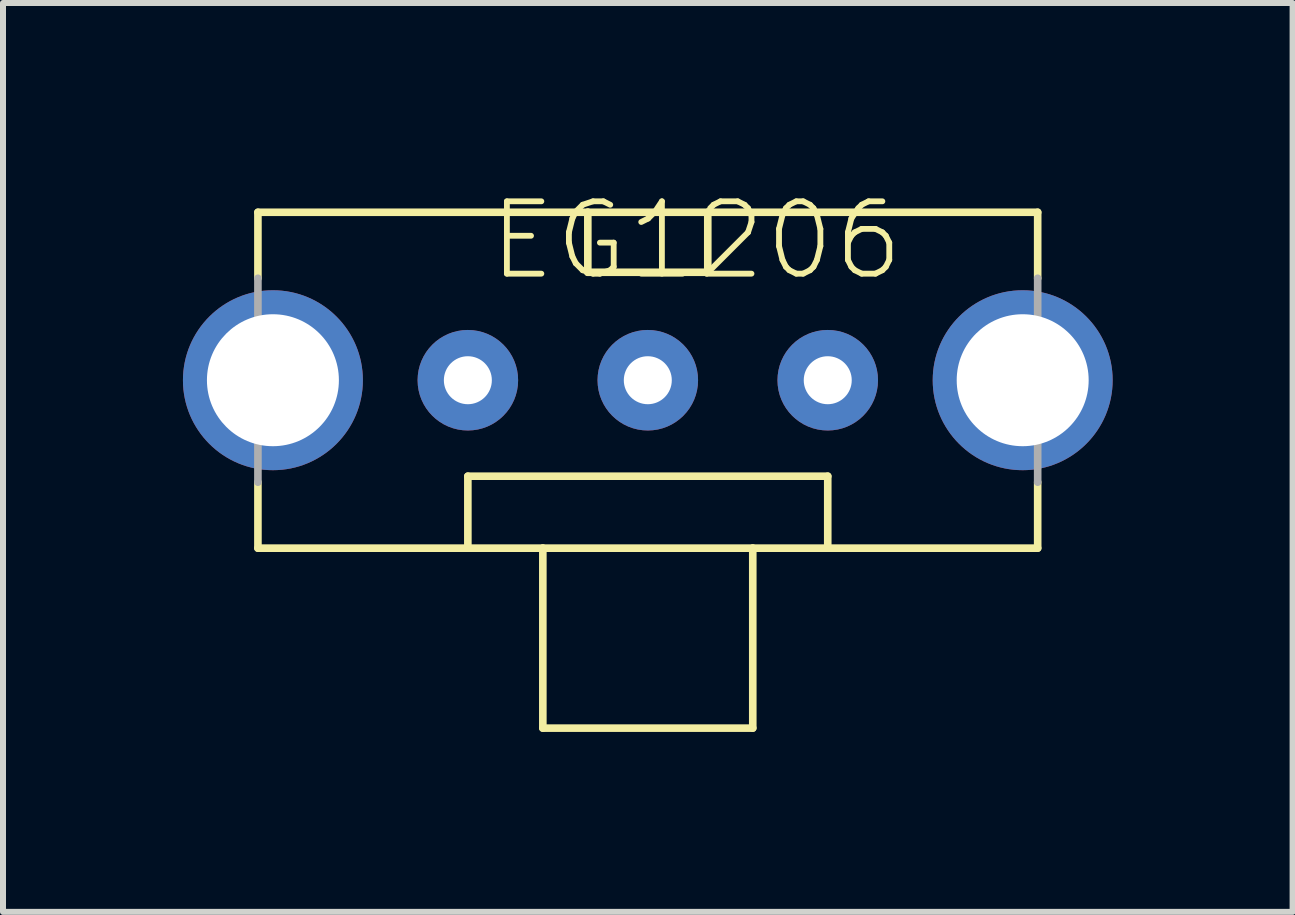
<source format=kicad_pcb>
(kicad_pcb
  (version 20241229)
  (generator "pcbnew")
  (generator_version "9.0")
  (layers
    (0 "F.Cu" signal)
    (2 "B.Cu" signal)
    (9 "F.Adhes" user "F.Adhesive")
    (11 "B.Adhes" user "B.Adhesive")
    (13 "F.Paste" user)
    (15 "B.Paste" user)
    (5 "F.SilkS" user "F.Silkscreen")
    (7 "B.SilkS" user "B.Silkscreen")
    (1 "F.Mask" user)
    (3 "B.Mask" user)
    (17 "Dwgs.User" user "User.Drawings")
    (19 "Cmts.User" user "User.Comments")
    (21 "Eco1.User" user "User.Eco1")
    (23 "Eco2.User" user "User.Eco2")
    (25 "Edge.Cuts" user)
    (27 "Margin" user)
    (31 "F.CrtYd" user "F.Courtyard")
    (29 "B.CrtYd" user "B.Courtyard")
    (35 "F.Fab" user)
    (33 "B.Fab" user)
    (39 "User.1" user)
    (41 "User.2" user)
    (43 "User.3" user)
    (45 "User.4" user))
  (footprint "EG1206"
    (layer "F.Cu")
    (at 7.75 3.289)
    (property "Reference" "EG1206" (at -2.7 -3.035 0) (layer "F.SilkS") (effects (font (size 1.206 1.206) (thickness 0.097)) (justify left top)))
    (attr through_hole)
    (fp_line (start -6.5 -2.8) (end -6.5 -1.7) (stroke (width 0.127) (type solid)) (layer "F.SilkS"))
    (fp_line (start -6.5 -2.8) (end -1 -2.8) (stroke (width 0.127) (type solid)) (layer "F.SilkS"))
    (fp_line (start -6.5 2.8) (end -6.5 1.7) (stroke (width 0.127) (type solid)) (layer "F.SilkS"))
    (fp_line (start -3 1.6) (end 3 1.6) (stroke (width 0.127) (type solid)) (layer "F.SilkS"))
    (fp_line (start -3 2.8) (end -6.5 2.8) (stroke (width 0.127) (type solid)) (layer "F.SilkS"))
    (fp_line (start -3 2.8) (end -3 1.6) (stroke (width 0.127) (type solid)) (layer "F.SilkS"))
    (fp_line (start -1.75 2.8) (end -3 2.8) (stroke (width 0.127) (type solid)) (layer "F.SilkS"))
    (fp_line (start -1.75 2.8) (end -1.75 5.8) (stroke (width 0.127) (type solid)) (layer "F.SilkS"))
    (fp_line (start -1.75 5.8) (end 1.75 5.8) (stroke (width 0.127) (type solid)) (layer "F.SilkS"))
    (fp_line (start -1 -2.8) (end -1 -1.8) (stroke (width 0.127) (type solid)) (layer "F.SilkS"))
    (fp_line (start -1 -2.8) (end 1 -2.8) (stroke (width 0.127) (type solid)) (layer "F.SilkS"))
    (fp_line (start -1 -1.8) (end 1 -1.8) (stroke (width 0.127) (type solid)) (layer "F.SilkS"))
    (fp_line (start 1 -2.8) (end 6.5 -2.8) (stroke (width 0.127) (type solid)) (layer "F.SilkS"))
    (fp_line (start 1 -1.8) (end 1 -2.8) (stroke (width 0.127) (type solid)) (layer "F.SilkS"))
    (fp_line (start 1.75 2.8) (end -1.75 2.8) (stroke (width 0.127) (type solid)) (layer "F.SilkS"))
    (fp_line (start 1.75 5.8) (end 1.75 2.8) (stroke (width 0.127) (type solid)) (layer "F.SilkS"))
    (fp_line (start 3 1.6) (end 3 2.8) (stroke (width 0.127) (type solid)) (layer "F.SilkS"))
    (fp_line (start 3 2.8) (end 1.75 2.8) (stroke (width 0.127) (type solid)) (layer "F.SilkS"))
    (fp_line (start 6.5 -2.8) (end 6.5 -1.7) (stroke (width 0.127) (type solid)) (layer "F.SilkS"))
    (fp_line (start 6.5 2.8) (end 3 2.8) (stroke (width 0.127) (type solid)) (layer "F.SilkS"))
    (fp_line (start 6.5 2.8) (end 6.5 1.7) (stroke (width 0.127) (type solid)) (layer "F.SilkS"))
    (fp_line (start -6.5 -1.7) (end -6.5 1.7) (stroke (width 0.127) (type solid)) (layer "F.Fab"))
    (fp_line (start 6.5 -1.7) (end 6.5 1.7) (stroke (width 0.127) (type solid)) (layer "F.Fab"))
    (pad "1" thru_hole circle (at -3 0) (size 1.676 1.676) (drill 0.8) (layers "*.Cu" "*.Mask"))
    (pad "2" thru_hole circle (at 0 0) (size 1.676 1.676) (drill 0.8) (layers "*.Cu" "*.Mask"))
    (pad "3" thru_hole circle (at 3 0) (size 1.676 1.676) (drill 0.8) (layers "*.Cu" "*.Mask"))
    (pad "MT1" thru_hole circle (at -6.25 0) (size 3 3) (drill 2.2) (layers "*.Cu" "*.Mask"))
    (pad "MT2" thru_hole circle (at 6.25 0) (size 3 3) (drill 2.2) (layers "*.Cu" "*.Mask")))
  (gr_rect
    (start -3 -3)
    (end 18.5 12.153)
    (stroke (width 0.1) (type default))
    (fill no)
    (layer "Edge.Cuts")))
</source>
